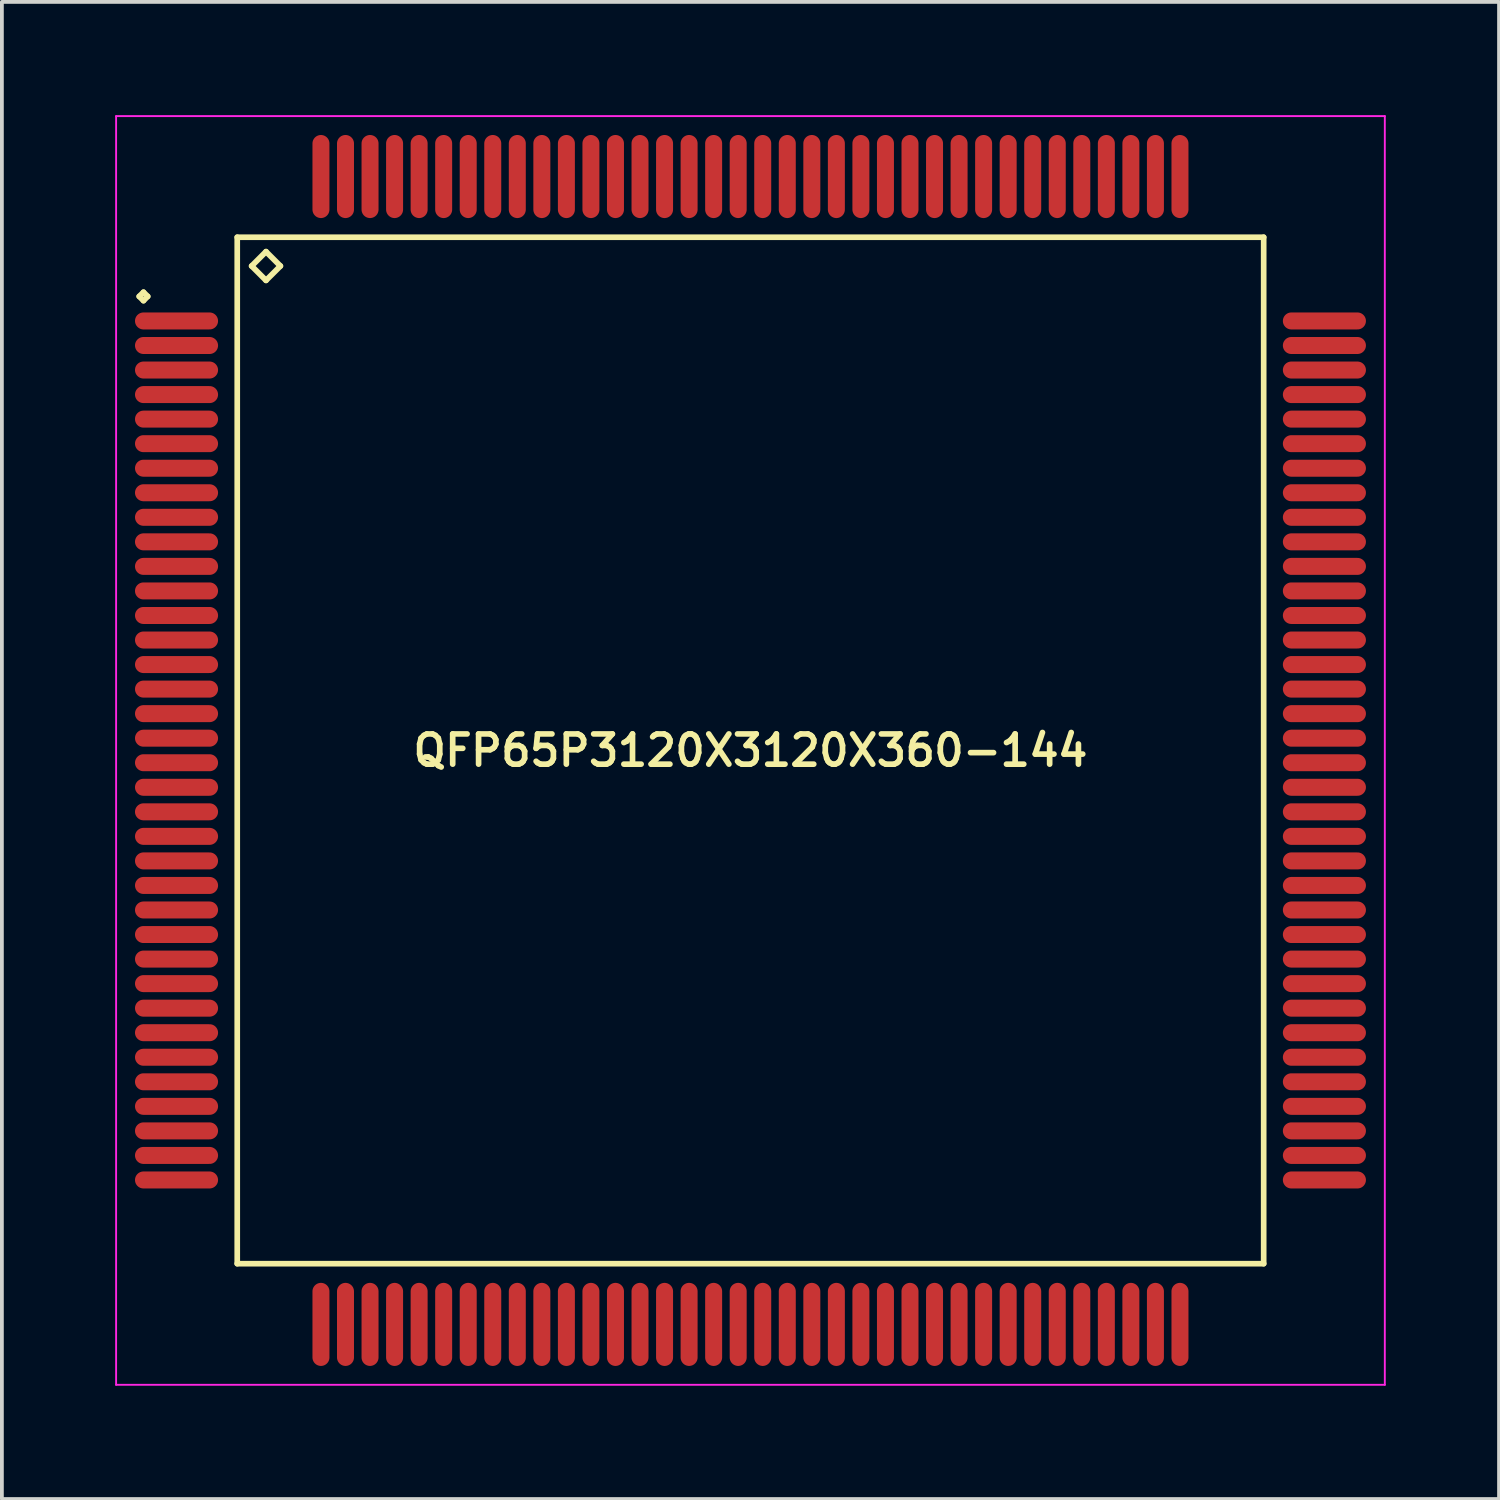
<source format=kicad_pcb>
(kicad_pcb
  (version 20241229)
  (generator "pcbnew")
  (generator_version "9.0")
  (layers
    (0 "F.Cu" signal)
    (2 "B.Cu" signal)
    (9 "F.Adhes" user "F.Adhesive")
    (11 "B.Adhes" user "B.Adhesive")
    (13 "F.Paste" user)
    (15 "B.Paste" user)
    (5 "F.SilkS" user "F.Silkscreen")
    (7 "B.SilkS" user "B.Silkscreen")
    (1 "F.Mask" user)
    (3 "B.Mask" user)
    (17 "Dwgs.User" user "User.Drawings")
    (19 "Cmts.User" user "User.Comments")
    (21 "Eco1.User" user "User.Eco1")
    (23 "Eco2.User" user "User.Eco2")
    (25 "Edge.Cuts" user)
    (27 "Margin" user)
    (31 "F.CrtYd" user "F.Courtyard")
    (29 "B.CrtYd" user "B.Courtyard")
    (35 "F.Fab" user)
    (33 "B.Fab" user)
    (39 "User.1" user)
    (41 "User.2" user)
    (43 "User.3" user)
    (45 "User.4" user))
  (footprint "QFP65P3120X3120X360-144"
    (layer "F.Cu")
    (at 16.825 16.825)
    (property "Reference" "QFP65P3120X3120X360-144" (at 0 0 0) (layer "F.SilkS") (effects (font (size 0.8 0.8) (thickness 0.15))))
    (attr smd)
    (fp_line (start -16.188 -12.025) (end -16.075 -12.137) (stroke (width 0.15) (type solid)) (layer "F.SilkS"))
    (fp_line (start -16.075 -12.137) (end -15.963 -12.025) (stroke (width 0.15) (type solid)) (layer "F.SilkS"))
    (fp_line (start -16.075 -11.912) (end -16.188 -12.025) (stroke (width 0.15) (type solid)) (layer "F.SilkS"))
    (fp_line (start -15.963 -12.025) (end -16.075 -11.912) (stroke (width 0.15) (type solid)) (layer "F.SilkS"))
    (fp_line (start -13.592 -13.592) (end -13.592 13.592) (stroke (width 0.15) (type solid)) (layer "F.SilkS"))
    (fp_line (start -13.592 13.592) (end 13.592 13.592) (stroke (width 0.15) (type solid)) (layer "F.SilkS"))
    (fp_line (start -13.211 -12.83) (end -12.83 -13.211) (stroke (width 0.15) (type solid)) (layer "F.SilkS"))
    (fp_line (start -12.83 -13.211) (end -12.449 -12.83) (stroke (width 0.15) (type solid)) (layer "F.SilkS"))
    (fp_line (start -12.83 -12.449) (end -13.211 -12.83) (stroke (width 0.15) (type solid)) (layer "F.SilkS"))
    (fp_line (start -12.449 -12.83) (end -12.83 -12.449) (stroke (width 0.15) (type solid)) (layer "F.SilkS"))
    (fp_line (start 13.592 -13.592) (end -13.592 -13.592) (stroke (width 0.15) (type solid)) (layer "F.SilkS"))
    (fp_line (start 13.592 13.592) (end 13.592 -13.592) (stroke (width 0.15) (type solid)) (layer "F.SilkS"))
    (fp_line (start -16.8 -16.8) (end 16.8 -16.8) (stroke (width 0.05) (type solid)) (layer "F.CrtYd"))
    (fp_line (start -16.8 16.8) (end -16.8 -16.8) (stroke (width 0.05) (type solid)) (layer "F.CrtYd"))
    (fp_line (start 16.8 -16.8) (end 16.8 16.8) (stroke (width 0.05) (type solid)) (layer "F.CrtYd"))
    (fp_line (start 16.8 16.8) (end -16.8 16.8) (stroke (width 0.05) (type solid)) (layer "F.CrtYd"))
    (pad "1" smd oval (at -15.2 -11.375) (size 2.2 0.45) (layers "F.Cu" "F.Mask" "F.Paste"))
    (pad "2" smd oval (at -15.2 -10.725) (size 2.2 0.45) (layers "F.Cu" "F.Mask" "F.Paste"))
    (pad "3" smd oval (at -15.2 -10.075) (size 2.2 0.45) (layers "F.Cu" "F.Mask" "F.Paste"))
    (pad "4" smd oval (at -15.2 -9.425) (size 2.2 0.45) (layers "F.Cu" "F.Mask" "F.Paste"))
    (pad "5" smd oval (at -15.2 -8.775) (size 2.2 0.45) (layers "F.Cu" "F.Mask" "F.Paste"))
    (pad "6" smd oval (at -15.2 -8.125) (size 2.2 0.45) (layers "F.Cu" "F.Mask" "F.Paste"))
    (pad "7" smd oval (at -15.2 -7.475) (size 2.2 0.45) (layers "F.Cu" "F.Mask" "F.Paste"))
    (pad "8" smd oval (at -15.2 -6.825) (size 2.2 0.45) (layers "F.Cu" "F.Mask" "F.Paste"))
    (pad "9" smd oval (at -15.2 -6.175) (size 2.2 0.45) (layers "F.Cu" "F.Mask" "F.Paste"))
    (pad "10" smd oval (at -15.2 -5.525) (size 2.2 0.45) (layers "F.Cu" "F.Mask" "F.Paste"))
    (pad "11" smd oval (at -15.2 -4.875) (size 2.2 0.45) (layers "F.Cu" "F.Mask" "F.Paste"))
    (pad "12" smd oval (at -15.2 -4.225) (size 2.2 0.45) (layers "F.Cu" "F.Mask" "F.Paste"))
    (pad "13" smd oval (at -15.2 -3.575) (size 2.2 0.45) (layers "F.Cu" "F.Mask" "F.Paste"))
    (pad "14" smd oval (at -15.2 -2.925) (size 2.2 0.45) (layers "F.Cu" "F.Mask" "F.Paste"))
    (pad "15" smd oval (at -15.2 -2.275) (size 2.2 0.45) (layers "F.Cu" "F.Mask" "F.Paste"))
    (pad "16" smd oval (at -15.2 -1.625) (size 2.2 0.45) (layers "F.Cu" "F.Mask" "F.Paste"))
    (pad "17" smd oval (at -15.2 -0.975) (size 2.2 0.45) (layers "F.Cu" "F.Mask" "F.Paste"))
    (pad "18" smd oval (at -15.2 -0.325) (size 2.2 0.45) (layers "F.Cu" "F.Mask" "F.Paste"))
    (pad "19" smd oval (at -15.2 0.325) (size 2.2 0.45) (layers "F.Cu" "F.Mask" "F.Paste"))
    (pad "20" smd oval (at -15.2 0.975) (size 2.2 0.45) (layers "F.Cu" "F.Mask" "F.Paste"))
    (pad "21" smd oval (at -15.2 1.625) (size 2.2 0.45) (layers "F.Cu" "F.Mask" "F.Paste"))
    (pad "22" smd oval (at -15.2 2.275) (size 2.2 0.45) (layers "F.Cu" "F.Mask" "F.Paste"))
    (pad "23" smd oval (at -15.2 2.925) (size 2.2 0.45) (layers "F.Cu" "F.Mask" "F.Paste"))
    (pad "24" smd oval (at -15.2 3.575) (size 2.2 0.45) (layers "F.Cu" "F.Mask" "F.Paste"))
    (pad "25" smd oval (at -15.2 4.225) (size 2.2 0.45) (layers "F.Cu" "F.Mask" "F.Paste"))
    (pad "26" smd oval (at -15.2 4.875) (size 2.2 0.45) (layers "F.Cu" "F.Mask" "F.Paste"))
    (pad "27" smd oval (at -15.2 5.525) (size 2.2 0.45) (layers "F.Cu" "F.Mask" "F.Paste"))
    (pad "28" smd oval (at -15.2 6.175) (size 2.2 0.45) (layers "F.Cu" "F.Mask" "F.Paste"))
    (pad "29" smd oval (at -15.2 6.825) (size 2.2 0.45) (layers "F.Cu" "F.Mask" "F.Paste"))
    (pad "30" smd oval (at -15.2 7.475) (size 2.2 0.45) (layers "F.Cu" "F.Mask" "F.Paste"))
    (pad "31" smd oval (at -15.2 8.125) (size 2.2 0.45) (layers "F.Cu" "F.Mask" "F.Paste"))
    (pad "32" smd oval (at -15.2 8.775) (size 2.2 0.45) (layers "F.Cu" "F.Mask" "F.Paste"))
    (pad "33" smd oval (at -15.2 9.425) (size 2.2 0.45) (layers "F.Cu" "F.Mask" "F.Paste"))
    (pad "34" smd oval (at -15.2 10.075) (size 2.2 0.45) (layers "F.Cu" "F.Mask" "F.Paste"))
    (pad "35" smd oval (at -15.2 10.725) (size 2.2 0.45) (layers "F.Cu" "F.Mask" "F.Paste"))
    (pad "36" smd oval (at -15.2 11.375) (size 2.2 0.45) (layers "F.Cu" "F.Mask" "F.Paste"))
    (pad "37" smd oval (at -11.375 15.2) (size 0.45 2.2) (layers "F.Cu" "F.Mask" "F.Paste"))
    (pad "38" smd oval (at -10.725 15.2) (size 0.45 2.2) (layers "F.Cu" "F.Mask" "F.Paste"))
    (pad "39" smd oval (at -10.075 15.2) (size 0.45 2.2) (layers "F.Cu" "F.Mask" "F.Paste"))
    (pad "40" smd oval (at -9.425 15.2) (size 0.45 2.2) (layers "F.Cu" "F.Mask" "F.Paste"))
    (pad "41" smd oval (at -8.775 15.2) (size 0.45 2.2) (layers "F.Cu" "F.Mask" "F.Paste"))
    (pad "42" smd oval (at -8.125 15.2) (size 0.45 2.2) (layers "F.Cu" "F.Mask" "F.Paste"))
    (pad "43" smd oval (at -7.475 15.2) (size 0.45 2.2) (layers "F.Cu" "F.Mask" "F.Paste"))
    (pad "44" smd oval (at -6.825 15.2) (size 0.45 2.2) (layers "F.Cu" "F.Mask" "F.Paste"))
    (pad "45" smd oval (at -6.175 15.2) (size 0.45 2.2) (layers "F.Cu" "F.Mask" "F.Paste"))
    (pad "46" smd oval (at -5.525 15.2) (size 0.45 2.2) (layers "F.Cu" "F.Mask" "F.Paste"))
    (pad "47" smd oval (at -4.875 15.2) (size 0.45 2.2) (layers "F.Cu" "F.Mask" "F.Paste"))
    (pad "48" smd oval (at -4.225 15.2) (size 0.45 2.2) (layers "F.Cu" "F.Mask" "F.Paste"))
    (pad "49" smd oval (at -3.575 15.2) (size 0.45 2.2) (layers "F.Cu" "F.Mask" "F.Paste"))
    (pad "50" smd oval (at -2.925 15.2) (size 0.45 2.2) (layers "F.Cu" "F.Mask" "F.Paste"))
    (pad "51" smd oval (at -2.275 15.2) (size 0.45 2.2) (layers "F.Cu" "F.Mask" "F.Paste"))
    (pad "52" smd oval (at -1.625 15.2) (size 0.45 2.2) (layers "F.Cu" "F.Mask" "F.Paste"))
    (pad "53" smd oval (at -0.975 15.2) (size 0.45 2.2) (layers "F.Cu" "F.Mask" "F.Paste"))
    (pad "54" smd oval (at -0.325 15.2) (size 0.45 2.2) (layers "F.Cu" "F.Mask" "F.Paste"))
    (pad "55" smd oval (at 0.325 15.2) (size 0.45 2.2) (layers "F.Cu" "F.Mask" "F.Paste"))
    (pad "56" smd oval (at 0.975 15.2) (size 0.45 2.2) (layers "F.Cu" "F.Mask" "F.Paste"))
    (pad "57" smd oval (at 1.625 15.2) (size 0.45 2.2) (layers "F.Cu" "F.Mask" "F.Paste"))
    (pad "58" smd oval (at 2.275 15.2) (size 0.45 2.2) (layers "F.Cu" "F.Mask" "F.Paste"))
    (pad "59" smd oval (at 2.925 15.2) (size 0.45 2.2) (layers "F.Cu" "F.Mask" "F.Paste"))
    (pad "60" smd oval (at 3.575 15.2) (size 0.45 2.2) (layers "F.Cu" "F.Mask" "F.Paste"))
    (pad "61" smd oval (at 4.225 15.2) (size 0.45 2.2) (layers "F.Cu" "F.Mask" "F.Paste"))
    (pad "62" smd oval (at 4.875 15.2) (size 0.45 2.2) (layers "F.Cu" "F.Mask" "F.Paste"))
    (pad "63" smd oval (at 5.525 15.2) (size 0.45 2.2) (layers "F.Cu" "F.Mask" "F.Paste"))
    (pad "64" smd oval (at 6.175 15.2) (size 0.45 2.2) (layers "F.Cu" "F.Mask" "F.Paste"))
    (pad "65" smd oval (at 6.825 15.2) (size 0.45 2.2) (layers "F.Cu" "F.Mask" "F.Paste"))
    (pad "66" smd oval (at 7.475 15.2) (size 0.45 2.2) (layers "F.Cu" "F.Mask" "F.Paste"))
    (pad "67" smd oval (at 8.125 15.2) (size 0.45 2.2) (layers "F.Cu" "F.Mask" "F.Paste"))
    (pad "68" smd oval (at 8.775 15.2) (size 0.45 2.2) (layers "F.Cu" "F.Mask" "F.Paste"))
    (pad "69" smd oval (at 9.425 15.2) (size 0.45 2.2) (layers "F.Cu" "F.Mask" "F.Paste"))
    (pad "70" smd oval (at 10.075 15.2) (size 0.45 2.2) (layers "F.Cu" "F.Mask" "F.Paste"))
    (pad "71" smd oval (at 10.725 15.2) (size 0.45 2.2) (layers "F.Cu" "F.Mask" "F.Paste"))
    (pad "72" smd oval (at 11.375 15.2) (size 0.45 2.2) (layers "F.Cu" "F.Mask" "F.Paste"))
    (pad "73" smd oval (at 15.2 11.375) (size 2.2 0.45) (layers "F.Cu" "F.Mask" "F.Paste"))
    (pad "74" smd oval (at 15.2 10.725) (size 2.2 0.45) (layers "F.Cu" "F.Mask" "F.Paste"))
    (pad "75" smd oval (at 15.2 10.075) (size 2.2 0.45) (layers "F.Cu" "F.Mask" "F.Paste"))
    (pad "76" smd oval (at 15.2 9.425) (size 2.2 0.45) (layers "F.Cu" "F.Mask" "F.Paste"))
    (pad "77" smd oval (at 15.2 8.775) (size 2.2 0.45) (layers "F.Cu" "F.Mask" "F.Paste"))
    (pad "78" smd oval (at 15.2 8.125) (size 2.2 0.45) (layers "F.Cu" "F.Mask" "F.Paste"))
    (pad "79" smd oval (at 15.2 7.475) (size 2.2 0.45) (layers "F.Cu" "F.Mask" "F.Paste"))
    (pad "80" smd oval (at 15.2 6.825) (size 2.2 0.45) (layers "F.Cu" "F.Mask" "F.Paste"))
    (pad "81" smd oval (at 15.2 6.175) (size 2.2 0.45) (layers "F.Cu" "F.Mask" "F.Paste"))
    (pad "82" smd oval (at 15.2 5.525) (size 2.2 0.45) (layers "F.Cu" "F.Mask" "F.Paste"))
    (pad "83" smd oval (at 15.2 4.875) (size 2.2 0.45) (layers "F.Cu" "F.Mask" "F.Paste"))
    (pad "84" smd oval (at 15.2 4.225) (size 2.2 0.45) (layers "F.Cu" "F.Mask" "F.Paste"))
    (pad "85" smd oval (at 15.2 3.575) (size 2.2 0.45) (layers "F.Cu" "F.Mask" "F.Paste"))
    (pad "86" smd oval (at 15.2 2.925) (size 2.2 0.45) (layers "F.Cu" "F.Mask" "F.Paste"))
    (pad "87" smd oval (at 15.2 2.275) (size 2.2 0.45) (layers "F.Cu" "F.Mask" "F.Paste"))
    (pad "88" smd oval (at 15.2 1.625) (size 2.2 0.45) (layers "F.Cu" "F.Mask" "F.Paste"))
    (pad "89" smd oval (at 15.2 0.975) (size 2.2 0.45) (layers "F.Cu" "F.Mask" "F.Paste"))
    (pad "90" smd oval (at 15.2 0.325) (size 2.2 0.45) (layers "F.Cu" "F.Mask" "F.Paste"))
    (pad "91" smd oval (at 15.2 -0.325) (size 2.2 0.45) (layers "F.Cu" "F.Mask" "F.Paste"))
    (pad "92" smd oval (at 15.2 -0.975) (size 2.2 0.45) (layers "F.Cu" "F.Mask" "F.Paste"))
    (pad "93" smd oval (at 15.2 -1.625) (size 2.2 0.45) (layers "F.Cu" "F.Mask" "F.Paste"))
    (pad "94" smd oval (at 15.2 -2.275) (size 2.2 0.45) (layers "F.Cu" "F.Mask" "F.Paste"))
    (pad "95" smd oval (at 15.2 -2.925) (size 2.2 0.45) (layers "F.Cu" "F.Mask" "F.Paste"))
    (pad "96" smd oval (at 15.2 -3.575) (size 2.2 0.45) (layers "F.Cu" "F.Mask" "F.Paste"))
    (pad "97" smd oval (at 15.2 -4.225) (size 2.2 0.45) (layers "F.Cu" "F.Mask" "F.Paste"))
    (pad "98" smd oval (at 15.2 -4.875) (size 2.2 0.45) (layers "F.Cu" "F.Mask" "F.Paste"))
    (pad "99" smd oval (at 15.2 -5.525) (size 2.2 0.45) (layers "F.Cu" "F.Mask" "F.Paste"))
    (pad "100" smd oval (at 15.2 -6.175) (size 2.2 0.45) (layers "F.Cu" "F.Mask" "F.Paste"))
    (pad "101" smd oval (at 15.2 -6.825) (size 2.2 0.45) (layers "F.Cu" "F.Mask" "F.Paste"))
    (pad "102" smd oval (at 15.2 -7.475) (size 2.2 0.45) (layers "F.Cu" "F.Mask" "F.Paste"))
    (pad "103" smd oval (at 15.2 -8.125) (size 2.2 0.45) (layers "F.Cu" "F.Mask" "F.Paste"))
    (pad "104" smd oval (at 15.2 -8.775) (size 2.2 0.45) (layers "F.Cu" "F.Mask" "F.Paste"))
    (pad "105" smd oval (at 15.2 -9.425) (size 2.2 0.45) (layers "F.Cu" "F.Mask" "F.Paste"))
    (pad "106" smd oval (at 15.2 -10.075) (size 2.2 0.45) (layers "F.Cu" "F.Mask" "F.Paste"))
    (pad "107" smd oval (at 15.2 -10.725) (size 2.2 0.45) (layers "F.Cu" "F.Mask" "F.Paste"))
    (pad "108" smd oval (at 15.2 -11.375) (size 2.2 0.45) (layers "F.Cu" "F.Mask" "F.Paste"))
    (pad "109" smd oval (at 11.375 -15.2) (size 0.45 2.2) (layers "F.Cu" "F.Mask" "F.Paste"))
    (pad "110" smd oval (at 10.725 -15.2) (size 0.45 2.2) (layers "F.Cu" "F.Mask" "F.Paste"))
    (pad "111" smd oval (at 10.075 -15.2) (size 0.45 2.2) (layers "F.Cu" "F.Mask" "F.Paste"))
    (pad "112" smd oval (at 9.425 -15.2) (size 0.45 2.2) (layers "F.Cu" "F.Mask" "F.Paste"))
    (pad "113" smd oval (at 8.775 -15.2) (size 0.45 2.2) (layers "F.Cu" "F.Mask" "F.Paste"))
    (pad "114" smd oval (at 8.125 -15.2) (size 0.45 2.2) (layers "F.Cu" "F.Mask" "F.Paste"))
    (pad "115" smd oval (at 7.475 -15.2) (size 0.45 2.2) (layers "F.Cu" "F.Mask" "F.Paste"))
    (pad "116" smd oval (at 6.825 -15.2) (size 0.45 2.2) (layers "F.Cu" "F.Mask" "F.Paste"))
    (pad "117" smd oval (at 6.175 -15.2) (size 0.45 2.2) (layers "F.Cu" "F.Mask" "F.Paste"))
    (pad "118" smd oval (at 5.525 -15.2) (size 0.45 2.2) (layers "F.Cu" "F.Mask" "F.Paste"))
    (pad "119" smd oval (at 4.875 -15.2) (size 0.45 2.2) (layers "F.Cu" "F.Mask" "F.Paste"))
    (pad "120" smd oval (at 4.225 -15.2) (size 0.45 2.2) (layers "F.Cu" "F.Mask" "F.Paste"))
    (pad "121" smd oval (at 3.575 -15.2) (size 0.45 2.2) (layers "F.Cu" "F.Mask" "F.Paste"))
    (pad "122" smd oval (at 2.925 -15.2) (size 0.45 2.2) (layers "F.Cu" "F.Mask" "F.Paste"))
    (pad "123" smd oval (at 2.275 -15.2) (size 0.45 2.2) (layers "F.Cu" "F.Mask" "F.Paste"))
    (pad "124" smd oval (at 1.625 -15.2) (size 0.45 2.2) (layers "F.Cu" "F.Mask" "F.Paste"))
    (pad "125" smd oval (at 0.975 -15.2) (size 0.45 2.2) (layers "F.Cu" "F.Mask" "F.Paste"))
    (pad "126" smd oval (at 0.325 -15.2) (size 0.45 2.2) (layers "F.Cu" "F.Mask" "F.Paste"))
    (pad "127" smd oval (at -0.325 -15.2) (size 0.45 2.2) (layers "F.Cu" "F.Mask" "F.Paste"))
    (pad "128" smd oval (at -0.975 -15.2) (size 0.45 2.2) (layers "F.Cu" "F.Mask" "F.Paste"))
    (pad "129" smd oval (at -1.625 -15.2) (size 0.45 2.2) (layers "F.Cu" "F.Mask" "F.Paste"))
    (pad "130" smd oval (at -2.275 -15.2) (size 0.45 2.2) (layers "F.Cu" "F.Mask" "F.Paste"))
    (pad "131" smd oval (at -2.925 -15.2) (size 0.45 2.2) (layers "F.Cu" "F.Mask" "F.Paste"))
    (pad "132" smd oval (at -3.575 -15.2) (size 0.45 2.2) (layers "F.Cu" "F.Mask" "F.Paste"))
    (pad "133" smd oval (at -4.225 -15.2) (size 0.45 2.2) (layers "F.Cu" "F.Mask" "F.Paste"))
    (pad "134" smd oval (at -4.875 -15.2) (size 0.45 2.2) (layers "F.Cu" "F.Mask" "F.Paste"))
    (pad "135" smd oval (at -5.525 -15.2) (size 0.45 2.2) (layers "F.Cu" "F.Mask" "F.Paste"))
    (pad "136" smd oval (at -6.175 -15.2) (size 0.45 2.2) (layers "F.Cu" "F.Mask" "F.Paste"))
    (pad "137" smd oval (at -6.825 -15.2) (size 0.45 2.2) (layers "F.Cu" "F.Mask" "F.Paste"))
    (pad "138" smd oval (at -7.475 -15.2) (size 0.45 2.2) (layers "F.Cu" "F.Mask" "F.Paste"))
    (pad "139" smd oval (at -8.125 -15.2) (size 0.45 2.2) (layers "F.Cu" "F.Mask" "F.Paste"))
    (pad "140" smd oval (at -8.775 -15.2) (size 0.45 2.2) (layers "F.Cu" "F.Mask" "F.Paste"))
    (pad "141" smd oval (at -9.425 -15.2) (size 0.45 2.2) (layers "F.Cu" "F.Mask" "F.Paste"))
    (pad "142" smd oval (at -10.075 -15.2) (size 0.45 2.2) (layers "F.Cu" "F.Mask" "F.Paste"))
    (pad "143" smd oval (at -10.725 -15.2) (size 0.45 2.2) (layers "F.Cu" "F.Mask" "F.Paste"))
    (pad "144" smd oval (at -11.375 -15.2) (size 0.45 2.2) (layers "F.Cu" "F.Mask" "F.Paste")))
  (gr_rect
    (start -3 -3)
    (end 36.65 36.65)
    (stroke (width 0.1) (type default))
    (fill no)
    (layer "Edge.Cuts")))
</source>
